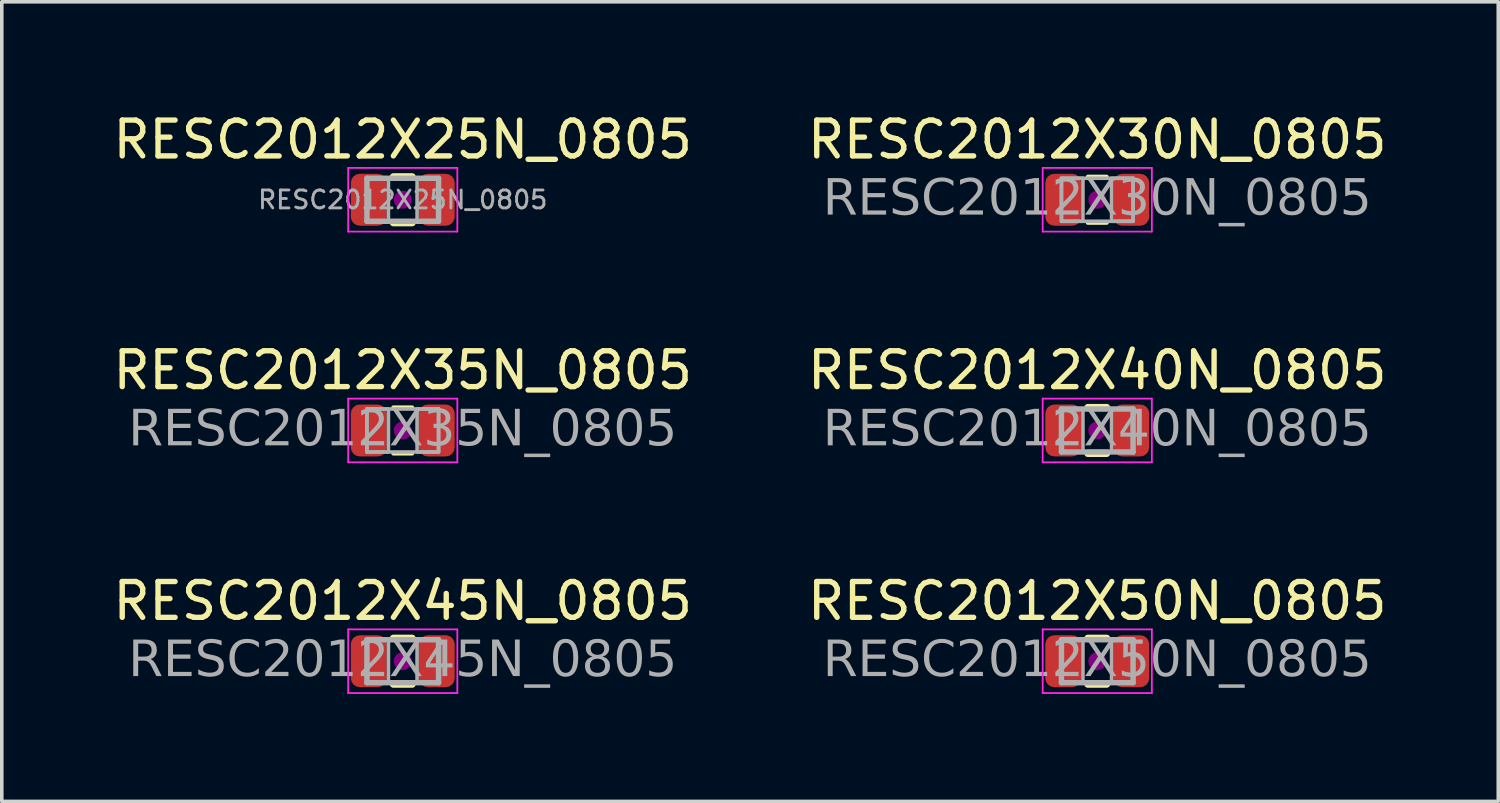
<source format=kicad_pcb>
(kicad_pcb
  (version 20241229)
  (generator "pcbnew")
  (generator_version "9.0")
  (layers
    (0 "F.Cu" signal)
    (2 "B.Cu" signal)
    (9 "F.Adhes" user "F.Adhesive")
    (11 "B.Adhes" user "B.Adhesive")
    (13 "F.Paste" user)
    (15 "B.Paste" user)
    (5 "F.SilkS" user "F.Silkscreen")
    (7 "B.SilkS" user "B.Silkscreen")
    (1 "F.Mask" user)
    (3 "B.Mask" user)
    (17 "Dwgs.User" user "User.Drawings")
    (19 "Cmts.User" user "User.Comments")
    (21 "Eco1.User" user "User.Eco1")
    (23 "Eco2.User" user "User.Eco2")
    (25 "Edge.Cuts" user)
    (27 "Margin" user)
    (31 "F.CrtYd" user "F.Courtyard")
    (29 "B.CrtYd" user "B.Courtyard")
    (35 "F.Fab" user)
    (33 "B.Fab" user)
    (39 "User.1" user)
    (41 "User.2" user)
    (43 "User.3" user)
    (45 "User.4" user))
  (footprint "RESC2012X35N_0805"
    (layer "F.Cu")
    (at 8.196 8.97)
    (property "Reference" "RESC2012X35N_0805" (at 0 -1.68 0) (layer "F.SilkS") (effects (font (size 1 1) (thickness 0.15))))
    (attr smd)
    (fp_line (start -0.261 -0.64) (end 0.261 -0.64) (stroke (width 0.12) (type solid)) (layer "F.SilkS"))
    (fp_line (start -0.261 0.64) (end 0.261 0.64) (stroke (width 0.12) (type solid)) (layer "F.SilkS"))
    (fp_circle (center 0 0) (end 0.25 0) (stroke (width 0) (type solid)) (fill yes) (layer "F.Adhes"))
    (fp_line (start -1.524 -0.889) (end 1.524 -0.889) (stroke (width 0.05) (type solid)) (layer "F.CrtYd"))
    (fp_line (start -1.524 0.889) (end -1.524 -0.889) (stroke (width 0.05) (type solid)) (layer "F.CrtYd"))
    (fp_line (start 1.524 -0.889) (end 1.524 0.889) (stroke (width 0.05) (type solid)) (layer "F.CrtYd"))
    (fp_line (start 1.524 0.889) (end -1.524 0.889) (stroke (width 0.05) (type solid)) (layer "F.CrtYd"))
    (fp_line (start -1 -0.6) (end 1 -0.6) (stroke (width 0.1) (type solid)) (layer "F.Fab"))
    (fp_line (start -1 0.6) (end -1 -0.6) (stroke (width 0.1) (type solid)) (layer "F.Fab"))
    (fp_line (start 1 -0.6) (end 1 0.6) (stroke (width 0.1) (type solid)) (layer "F.Fab"))
    (fp_line (start 1 0.6) (end -1 0.6) (stroke (width 0.1) (type solid)) (layer "F.Fab"))
    (fp_rect (start -1 -0.6) (end -0.4 0.6) (stroke (width 0.1) (type solid)) (fill no) (layer "F.Fab"))
    (fp_rect (start 0.4 -0.6) (end 1 0.6) (stroke (width 0.1) (type solid)) (fill no) (layer "F.Fab"))
    (fp_text user "${REFERENCE}" (at 0 0 0) (layer "F.Fab") (effects (font (face "Tahoma") (size 1 1) (thickness 0.15))))
    (pad "1" smd roundrect (at -0.95 0) (size 1 1.45) (layers "F.Cu" "F.Mask" "F.Paste") (roundrect_rratio 0.25))
    (pad "2" smd roundrect (at 0.95 0) (size 1 1.45) (layers "F.Cu" "F.Mask" "F.Paste") (roundrect_rratio 0.25)))
  (footprint "RESC2012X30N_0805"
    (layer "F.Cu")
    (at 27.589 2.528)
    (property "Reference" "RESC2012X30N_0805" (at 0 -1.68 0) (layer "F.SilkS") (effects (font (size 1 1) (thickness 0.15))))
    (attr smd)
    (fp_line (start -0.261 -0.64) (end 0.261 -0.64) (stroke (width 0.12) (type solid)) (layer "F.SilkS"))
    (fp_line (start -0.261 0.64) (end 0.261 0.64) (stroke (width 0.12) (type solid)) (layer "F.SilkS"))
    (fp_circle (center 0 0) (end 0.25 0) (stroke (width 0) (type solid)) (fill yes) (layer "F.Adhes"))
    (fp_line (start -1.524 -0.889) (end 1.524 -0.889) (stroke (width 0.05) (type solid)) (layer "F.CrtYd"))
    (fp_line (start -1.524 0.889) (end -1.524 -0.889) (stroke (width 0.05) (type solid)) (layer "F.CrtYd"))
    (fp_line (start 1.524 -0.889) (end 1.524 0.889) (stroke (width 0.05) (type solid)) (layer "F.CrtYd"))
    (fp_line (start 1.524 0.889) (end -1.524 0.889) (stroke (width 0.05) (type solid)) (layer "F.CrtYd"))
    (fp_line (start -1 -0.6) (end 1 -0.6) (stroke (width 0.1) (type solid)) (layer "F.Fab"))
    (fp_line (start -1 0.6) (end -1 -0.6) (stroke (width 0.1) (type solid)) (layer "F.Fab"))
    (fp_line (start 1 -0.6) (end 1 0.6) (stroke (width 0.1) (type solid)) (layer "F.Fab"))
    (fp_line (start 1 0.6) (end -1 0.6) (stroke (width 0.1) (type solid)) (layer "F.Fab"))
    (fp_rect (start -1 -0.6) (end -0.4 0.6) (stroke (width 0.1) (type solid)) (fill no) (layer "F.Fab"))
    (fp_rect (start 0.4 -0.6) (end 1 0.6) (stroke (width 0.1) (type solid)) (fill no) (layer "F.Fab"))
    (fp_text user "${REFERENCE}" (at 0 0 0) (layer "F.Fab") (effects (font (face "Tahoma") (size 1 1) (thickness 0.15))))
    (pad "1" smd roundrect (at -0.95 0) (size 1 1.45) (layers "F.Cu" "F.Mask" "F.Paste") (roundrect_rratio 0.25))
    (pad "2" smd roundrect (at 0.95 0) (size 1 1.45) (layers "F.Cu" "F.Mask" "F.Paste") (roundrect_rratio 0.25)))
  (footprint "RESC2012X50N_0805"
    (layer "F.Cu")
    (at 27.589 15.413)
    (property "Reference" "RESC2012X50N_0805" (at 0 -1.68 0) (layer "F.SilkS") (effects (font (size 1 1) (thickness 0.15))))
    (attr smd)
    (fp_line (start -0.261 -0.64) (end 0.261 -0.64) (stroke (width 0.203) (type solid)) (layer "F.SilkS"))
    (fp_line (start -0.261 0.64) (end 0.261 0.64) (stroke (width 0.203) (type solid)) (layer "F.SilkS"))
    (fp_circle (center 0 0) (end 0.25 0) (stroke (width 0) (type solid)) (fill yes) (layer "F.Adhes"))
    (fp_line (start -1.524 -0.889) (end 1.524 -0.889) (stroke (width 0.05) (type solid)) (layer "F.CrtYd"))
    (fp_line (start -1.524 0.889) (end -1.524 -0.889) (stroke (width 0.05) (type solid)) (layer "F.CrtYd"))
    (fp_line (start 1.524 -0.889) (end 1.524 0.889) (stroke (width 0.05) (type solid)) (layer "F.CrtYd"))
    (fp_line (start 1.524 0.889) (end -1.524 0.889) (stroke (width 0.05) (type solid)) (layer "F.CrtYd"))
    (fp_line (start -1 -0.6) (end 1 -0.6) (stroke (width 0.152) (type solid)) (layer "F.Fab"))
    (fp_line (start -1 0.6) (end -1 -0.6) (stroke (width 0.152) (type solid)) (layer "F.Fab"))
    (fp_line (start 1 -0.6) (end 1 0.6) (stroke (width 0.152) (type solid)) (layer "F.Fab"))
    (fp_line (start 1 0.6) (end -1 0.6) (stroke (width 0.152) (type solid)) (layer "F.Fab"))
    (fp_rect (start -1 -0.6) (end -0.4 0.6) (stroke (width 0.1) (type solid)) (fill no) (layer "F.Fab"))
    (fp_rect (start 0.4 -0.6) (end 1 0.6) (stroke (width 0.1) (type solid)) (fill no) (layer "F.Fab"))
    (fp_text user "${REFERENCE}" (at 0 0 0) (layer "F.Fab") (effects (font (face "Tahoma") (size 1 1) (thickness 0.15))))
    (pad "1" smd roundrect (at -0.95 0) (size 1 1.45) (layers "F.Cu" "F.Mask" "F.Paste") (roundrect_rratio 0.25))
    (pad "2" smd roundrect (at 0.95 0) (size 1 1.45) (layers "F.Cu" "F.Mask" "F.Paste") (roundrect_rratio 0.25)))
  (footprint "RESC2012X45N_0805"
    (layer "F.Cu")
    (at 8.196 15.413)
    (property "Reference" "RESC2012X45N_0805" (at 0 -1.68 0) (layer "F.SilkS") (effects (font (size 1 1) (thickness 0.15))))
    (attr smd)
    (fp_line (start -0.261 -0.64) (end 0.261 -0.64) (stroke (width 0.203) (type solid)) (layer "F.SilkS"))
    (fp_line (start -0.261 0.64) (end 0.261 0.64) (stroke (width 0.203) (type solid)) (layer "F.SilkS"))
    (fp_circle (center 0 0) (end 0.25 0) (stroke (width 0) (type solid)) (fill yes) (layer "F.Adhes"))
    (fp_line (start -1.524 -0.889) (end 1.524 -0.889) (stroke (width 0.05) (type solid)) (layer "F.CrtYd"))
    (fp_line (start -1.524 0.889) (end -1.524 -0.889) (stroke (width 0.05) (type solid)) (layer "F.CrtYd"))
    (fp_line (start 1.524 -0.889) (end 1.524 0.889) (stroke (width 0.05) (type solid)) (layer "F.CrtYd"))
    (fp_line (start 1.524 0.889) (end -1.524 0.889) (stroke (width 0.05) (type solid)) (layer "F.CrtYd"))
    (fp_line (start -1 -0.6) (end 1 -0.6) (stroke (width 0.152) (type solid)) (layer "F.Fab"))
    (fp_line (start -1 0.6) (end -1 -0.6) (stroke (width 0.152) (type solid)) (layer "F.Fab"))
    (fp_line (start 1 -0.6) (end 1 0.6) (stroke (width 0.152) (type solid)) (layer "F.Fab"))
    (fp_line (start 1 0.6) (end -1 0.6) (stroke (width 0.152) (type solid)) (layer "F.Fab"))
    (fp_rect (start -1 -0.6) (end -0.4 0.6) (stroke (width 0.1) (type solid)) (fill no) (layer "F.Fab"))
    (fp_rect (start 0.4 -0.6) (end 1 0.6) (stroke (width 0.1) (type solid)) (fill no) (layer "F.Fab"))
    (fp_text user "${REFERENCE}" (at 0 0 0) (layer "F.Fab") (effects (font (face "Tahoma") (size 1 1) (thickness 0.15))))
    (pad "1" smd roundrect (at -0.95 0) (size 1 1.45) (layers "F.Cu" "F.Mask" "F.Paste") (roundrect_rratio 0.25))
    (pad "2" smd roundrect (at 0.95 0) (size 1 1.45) (layers "F.Cu" "F.Mask" "F.Paste") (roundrect_rratio 0.25)))
  (footprint "RESC2012X40N_0805"
    (layer "F.Cu")
    (at 27.589 8.97)
    (property "Reference" "RESC2012X40N_0805" (at 0 -1.68 0) (layer "F.SilkS") (effects (font (size 1 1) (thickness 0.15))))
    (attr smd)
    (fp_line (start -0.261 -0.64) (end 0.261 -0.64) (stroke (width 0.203) (type solid)) (layer "F.SilkS"))
    (fp_line (start -0.261 0.64) (end 0.261 0.64) (stroke (width 0.203) (type solid)) (layer "F.SilkS"))
    (fp_circle (center 0 0) (end 0.25 0) (stroke (width 0) (type solid)) (fill yes) (layer "F.Adhes"))
    (fp_line (start -1.524 -0.889) (end 1.524 -0.889) (stroke (width 0.05) (type solid)) (layer "F.CrtYd"))
    (fp_line (start -1.524 0.889) (end -1.524 -0.889) (stroke (width 0.05) (type solid)) (layer "F.CrtYd"))
    (fp_line (start 1.524 -0.889) (end 1.524 0.889) (stroke (width 0.05) (type solid)) (layer "F.CrtYd"))
    (fp_line (start 1.524 0.889) (end -1.524 0.889) (stroke (width 0.05) (type solid)) (layer "F.CrtYd"))
    (fp_line (start -1 -0.6) (end 1 -0.6) (stroke (width 0.152) (type solid)) (layer "F.Fab"))
    (fp_line (start -1 0.6) (end -1 -0.6) (stroke (width 0.152) (type solid)) (layer "F.Fab"))
    (fp_line (start 1 -0.6) (end 1 0.6) (stroke (width 0.152) (type solid)) (layer "F.Fab"))
    (fp_line (start 1 0.6) (end -1 0.6) (stroke (width 0.152) (type solid)) (layer "F.Fab"))
    (fp_rect (start -1 -0.6) (end -0.4 0.6) (stroke (width 0.1) (type solid)) (fill no) (layer "F.Fab"))
    (fp_rect (start 0.4 -0.6) (end 1 0.6) (stroke (width 0.1) (type solid)) (fill no) (layer "F.Fab"))
    (fp_text user "${REFERENCE}" (at 0 0 0) (layer "F.Fab") (effects (font (face "Tahoma") (size 1 1) (thickness 0.15))))
    (pad "1" smd roundrect (at -0.95 0) (size 1 1.45) (layers "F.Cu" "F.Mask" "F.Paste") (roundrect_rratio 0.25))
    (pad "2" smd roundrect (at 0.95 0) (size 1 1.45) (layers "F.Cu" "F.Mask" "F.Paste") (roundrect_rratio 0.25)))
  (footprint "RESC2012X25N_0805"
    (layer "F.Cu")
    (at 8.196 2.528)
    (property "Reference" "RESC2012X25N_0805" (at 0 -1.68 0) (layer "F.SilkS") (effects (font (size 1 1) (thickness 0.15))))
    (attr smd)
    (fp_line (start -0.261 -0.64) (end 0.261 -0.64) (stroke (width 0.203) (type solid)) (layer "F.SilkS"))
    (fp_line (start -0.261 0.64) (end 0.261 0.64) (stroke (width 0.203) (type solid)) (layer "F.SilkS"))
    (fp_circle (center 0 0) (end 0.25 0) (stroke (width 0) (type solid)) (fill yes) (layer "F.Adhes"))
    (fp_line (start -1.524 -0.889) (end 1.524 -0.889) (stroke (width 0.05) (type solid)) (layer "F.CrtYd"))
    (fp_line (start -1.524 0.889) (end -1.524 -0.889) (stroke (width 0.05) (type solid)) (layer "F.CrtYd"))
    (fp_line (start 1.524 -0.889) (end 1.524 0.889) (stroke (width 0.05) (type solid)) (layer "F.CrtYd"))
    (fp_line (start 1.524 0.889) (end -1.524 0.889) (stroke (width 0.05) (type solid)) (layer "F.CrtYd"))
    (fp_line (start -1 -0.6) (end 1 -0.6) (stroke (width 0.152) (type solid)) (layer "F.Fab"))
    (fp_line (start -1 0.6) (end -1 -0.6) (stroke (width 0.152) (type solid)) (layer "F.Fab"))
    (fp_line (start 1 -0.6) (end 1 0.6) (stroke (width 0.152) (type solid)) (layer "F.Fab"))
    (fp_line (start 1 0.6) (end -1 0.6) (stroke (width 0.152) (type solid)) (layer "F.Fab"))
    (fp_rect (start -1 -0.6) (end -0.4 0.6) (stroke (width 0.1) (type solid)) (fill no) (layer "F.Fab"))
    (fp_rect (start 0.4 -0.6) (end 1 0.6) (stroke (width 0.1) (type solid)) (fill no) (layer "F.Fab"))
    (fp_text user "${REFERENCE}" (at 0 0 0) (layer "F.Fab") (effects (font (size 0.5 0.5) (thickness 0.08))))
    (pad "1" smd roundrect (at -0.95 0) (size 1 1.45) (layers "F.Cu" "F.Mask" "F.Paste") (roundrect_rratio 0.25))
    (pad "2" smd roundrect (at 0.95 0) (size 1 1.45) (layers "F.Cu" "F.Mask" "F.Paste") (roundrect_rratio 0.25)))
  (gr_rect
    (start -3 -3)
    (end 38.786 19.327)
    (stroke (width 0.1) (type default))
    (fill no)
    (layer "Edge.Cuts")))
</source>
